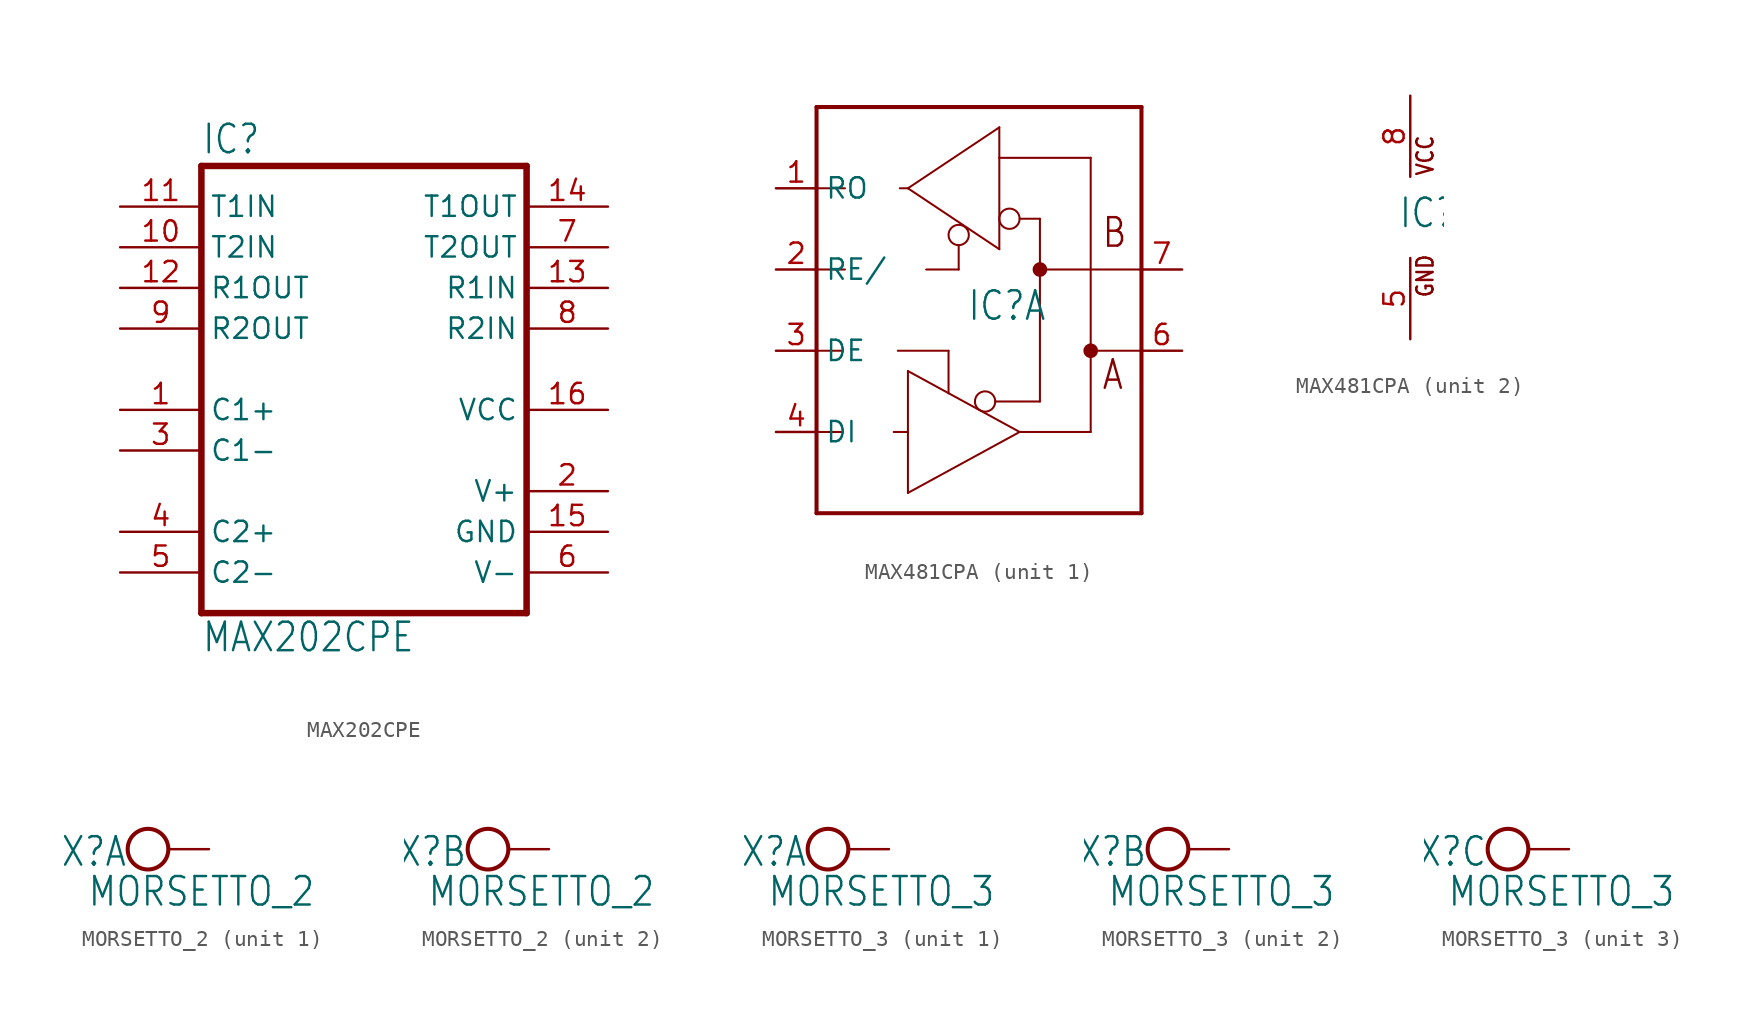
<source format=kicad_sym>
(kicad_symbol_lib
  (version 20211014)
  (generator kicad_symbol_editor)
  (symbol "MAX202CPE"
    (property "Reference" "IC"
      (at -10.16 13.335 0)
      (effects (font (size 1.778 1.511)) (justify left bottom)))
    (property "Value" "MAX202CPE"
      (at -10.16 -17.78 0)
      (effects (font (size 1.778 1.511)) (justify left bottom)))
    (property "ki_locked" ""
      (at 0 0 0)
      (effects (font (size 1.27 1.27))))
    (symbol "MAX202CPE_1_0"
      (polyline (pts (xy -10.16 12.7) (xy -10.16 -15.24)) (stroke (width 0.406) (type default) (color 0 0 0 0)) (fill (type none)))
      (polyline (pts (xy -10.16 12.7) (xy 10.16 12.7)) (stroke (width 0.406) (type default) (color 0 0 0 0)) (fill (type none)))
      (polyline (pts (xy 10.16 -15.24) (xy -10.16 -15.24)) (stroke (width 0.406) (type default) (color 0 0 0 0)) (fill (type none)))
      (polyline (pts (xy 10.16 -15.24) (xy 10.16 12.7)) (stroke (width 0.406) (type default) (color 0 0 0 0)) (fill (type none)))
      (pin passive line (at -15.24 -2.54 0) (length 5.08) (name "C1+" (effects (font (size 1.27 1.27)))) (number "1" (effects (font (size 1.27 1.27)))))
      (pin input line (at -15.24 7.62 0) (length 5.08) (name "T2IN" (effects (font (size 1.27 1.27)))) (number "10" (effects (font (size 1.27 1.27)))))
      (pin input line (at -15.24 10.16 0) (length 5.08) (name "T1IN" (effects (font (size 1.27 1.27)))) (number "11" (effects (font (size 1.27 1.27)))))
      (pin output line (at -15.24 5.08 0) (length 5.08) (name "R1OUT" (effects (font (size 1.27 1.27)))) (number "12" (effects (font (size 1.27 1.27)))))
      (pin input line (at 15.24 5.08 180) (length 5.08) (name "R1IN" (effects (font (size 1.27 1.27)))) (number "13" (effects (font (size 1.27 1.27)))))
      (pin output line (at 15.24 10.16 180) (length 5.08) (name "T1OUT" (effects (font (size 1.27 1.27)))) (number "14" (effects (font (size 1.27 1.27)))))
      (pin power_in line (at 15.24 -10.16 180) (length 5.08) (name "GND" (effects (font (size 1.27 1.27)))) (number "15" (effects (font (size 1.27 1.27)))))
      (pin power_in line (at 15.24 -2.54 180) (length 5.08) (name "VCC" (effects (font (size 1.27 1.27)))) (number "16" (effects (font (size 1.27 1.27)))))
      (pin power_in line (at 15.24 -7.62 180) (length 5.08) (name "V+" (effects (font (size 1.27 1.27)))) (number "2" (effects (font (size 1.27 1.27)))))
      (pin passive line (at -15.24 -5.08 0) (length 5.08) (name "C1-" (effects (font (size 1.27 1.27)))) (number "3" (effects (font (size 1.27 1.27)))))
      (pin passive line (at -15.24 -10.16 0) (length 5.08) (name "C2+" (effects (font (size 1.27 1.27)))) (number "4" (effects (font (size 1.27 1.27)))))
      (pin passive line (at -15.24 -12.7 0) (length 5.08) (name "C2-" (effects (font (size 1.27 1.27)))) (number "5" (effects (font (size 1.27 1.27)))))
      (pin power_in line (at 15.24 -12.7 180) (length 5.08) (name "V-" (effects (font (size 1.27 1.27)))) (number "6" (effects (font (size 1.27 1.27)))))
      (pin output line (at 15.24 7.62 180) (length 5.08) (name "T2OUT" (effects (font (size 1.27 1.27)))) (number "7" (effects (font (size 1.27 1.27)))))
      (pin input line (at 15.24 2.54 180) (length 5.08) (name "R2IN" (effects (font (size 1.27 1.27)))) (number "8" (effects (font (size 1.27 1.27)))))
      (pin output line (at -15.24 2.54 0) (length 5.08) (name "R2OUT" (effects (font (size 1.27 1.27)))) (number "9" (effects (font (size 1.27 1.27)))))))
  (symbol "MAX481CPA"
    (property "Reference" "IC"
      (at -0.762 -0.762 0)
      (effects (font (size 1.778 1.511)) (justify left bottom)))
    (property "ki_locked" ""
      (at 0 0 0)
      (effects (font (size 1.27 1.27))))
    (symbol "MAX481CPA_1_0"
      (circle (center -1.27 4.699) (radius 0.635) (stroke (width 0.127) (type default) (color 0 0 0 0)) (fill (type none)))
      (polyline (pts (xy -10.16 -12.7) (xy -10.16 -7.62)) (stroke (width 0.254) (type default) (color 0 0 0 0)) (fill (type none)))
      (polyline (pts (xy -10.16 -7.62) (xy -10.16 -2.54)) (stroke (width 0.254) (type default) (color 0 0 0 0)) (fill (type none)))
      (polyline (pts (xy -10.16 -7.62) (xy -8.509 -7.62)) (stroke (width 0.127) (type default) (color 0 0 0 0)) (fill (type none)))
      (polyline (pts (xy -10.16 -2.54) (xy -10.16 2.54)) (stroke (width 0.254) (type default) (color 0 0 0 0)) (fill (type none)))
      (polyline (pts (xy -10.16 -2.54) (xy -8.509 -2.54)) (stroke (width 0.127) (type default) (color 0 0 0 0)) (fill (type none)))
      (polyline (pts (xy -10.16 2.54) (xy -10.16 7.62)) (stroke (width 0.254) (type default) (color 0 0 0 0)) (fill (type none)))
      (polyline (pts (xy -10.16 2.54) (xy -8.382 2.54)) (stroke (width 0.127) (type default) (color 0 0 0 0)) (fill (type none)))
      (polyline (pts (xy -10.16 7.62) (xy -10.16 12.7)) (stroke (width 0.254) (type default) (color 0 0 0 0)) (fill (type none)))
      (polyline (pts (xy -10.16 7.62) (xy -8.382 7.62)) (stroke (width 0.127) (type default) (color 0 0 0 0)) (fill (type none)))
      (polyline (pts (xy -10.16 12.7) (xy 10.16 12.7)) (stroke (width 0.254) (type default) (color 0 0 0 0)) (fill (type none)))
      (polyline (pts (xy -5.334 -7.62) (xy -4.445 -7.62)) (stroke (width 0.127) (type default) (color 0 0 0 0)) (fill (type none)))
      (polyline (pts (xy -5.08 -2.54) (xy -1.905 -2.54)) (stroke (width 0.127) (type default) (color 0 0 0 0)) (fill (type none)))
      (polyline (pts (xy -4.953 7.62) (xy -4.445 7.62)) (stroke (width 0.127) (type default) (color 0 0 0 0)) (fill (type none)))
      (polyline (pts (xy -4.445 -11.43) (xy -4.445 -7.62)) (stroke (width 0.127) (type default) (color 0 0 0 0)) (fill (type none)))
      (polyline (pts (xy -4.445 -7.62) (xy -4.445 -3.81)) (stroke (width 0.127) (type default) (color 0 0 0 0)) (fill (type none)))
      (polyline (pts (xy -4.445 -3.81) (xy 2.54 -7.62)) (stroke (width 0.127) (type default) (color 0 0 0 0)) (fill (type none)))
      (polyline (pts (xy -4.445 7.62) (xy 1.27 11.43)) (stroke (width 0.127) (type default) (color 0 0 0 0)) (fill (type none)))
      (polyline (pts (xy -3.302 2.54) (xy -1.27 2.54)) (stroke (width 0.127) (type default) (color 0 0 0 0)) (fill (type none)))
      (polyline (pts (xy -1.905 -2.54) (xy -1.905 -5.207)) (stroke (width 0.127) (type default) (color 0 0 0 0)) (fill (type none)))
      (polyline (pts (xy -1.27 2.54) (xy -1.27 4.064)) (stroke (width 0.127) (type default) (color 0 0 0 0)) (fill (type none)))
      (polyline (pts (xy 1.016 -5.715) (xy 3.81 -5.715)) (stroke (width 0.127) (type default) (color 0 0 0 0)) (fill (type none)))
      (polyline (pts (xy 1.27 3.81) (xy -4.445 7.62)) (stroke (width 0.127) (type default) (color 0 0 0 0)) (fill (type none)))
      (polyline (pts (xy 1.27 9.525) (xy 1.27 3.81)) (stroke (width 0.127) (type default) (color 0 0 0 0)) (fill (type none)))
      (polyline (pts (xy 1.27 9.525) (xy 6.985 9.525)) (stroke (width 0.127) (type default) (color 0 0 0 0)) (fill (type none)))
      (polyline (pts (xy 1.27 11.43) (xy 1.27 9.525)) (stroke (width 0.127) (type default) (color 0 0 0 0)) (fill (type none)))
      (polyline (pts (xy 2.54 -7.62) (xy -4.445 -11.43)) (stroke (width 0.127) (type default) (color 0 0 0 0)) (fill (type none)))
      (polyline (pts (xy 2.54 -7.62) (xy 6.985 -7.62)) (stroke (width 0.127) (type default) (color 0 0 0 0)) (fill (type none)))
      (polyline (pts (xy 3.81 -5.715) (xy 3.81 2.54)) (stroke (width 0.127) (type default) (color 0 0 0 0)) (fill (type none)))
      (polyline (pts (xy 3.81 2.54) (xy 3.81 5.715)) (stroke (width 0.127) (type default) (color 0 0 0 0)) (fill (type none)))
      (polyline (pts (xy 3.81 5.715) (xy 2.54 5.715)) (stroke (width 0.127) (type default) (color 0 0 0 0)) (fill (type none)))
      (polyline (pts (xy 6.985 -7.62) (xy 6.985 -2.54)) (stroke (width 0.127) (type default) (color 0 0 0 0)) (fill (type none)))
      (polyline (pts (xy 6.985 -2.54) (xy 6.985 9.525)) (stroke (width 0.127) (type default) (color 0 0 0 0)) (fill (type none)))
      (polyline (pts (xy 10.16 -12.7) (xy -10.16 -12.7)) (stroke (width 0.254) (type default) (color 0 0 0 0)) (fill (type none)))
      (polyline (pts (xy 10.16 -2.54) (xy 6.985 -2.54)) (stroke (width 0.127) (type default) (color 0 0 0 0)) (fill (type none)))
      (polyline (pts (xy 10.16 -2.54) (xy 10.16 -12.7)) (stroke (width 0.254) (type default) (color 0 0 0 0)) (fill (type none)))
      (polyline (pts (xy 10.16 2.54) (xy 3.81 2.54)) (stroke (width 0.127) (type default) (color 0 0 0 0)) (fill (type none)))
      (polyline (pts (xy 10.16 2.54) (xy 10.16 -2.54)) (stroke (width 0.254) (type default) (color 0 0 0 0)) (fill (type none)))
      (polyline (pts (xy 10.16 12.7) (xy 10.16 2.54)) (stroke (width 0.254) (type default) (color 0 0 0 0)) (fill (type none)))
      (circle (center 0.381 -5.715) (radius 0.635) (stroke (width 0.127) (type default) (color 0 0 0 0)) (fill (type none)))
      (circle (center 1.905 5.715) (radius 0.635) (stroke (width 0.127) (type default) (color 0 0 0 0)) (fill (type none)))
      (circle (center 3.81 2.54) (radius 0.254) (stroke (width 0.406) (type default) (color 0 0 0 0)) (fill (type none)))
      (circle (center 6.985 -2.54) (radius 0.254) (stroke (width 0.406) (type default) (color 0 0 0 0)) (fill (type none)))
      (text "A" (at 7.62 -5.08 0) (effects (font (size 1.778 1.511)) (justify left bottom)))
      (text "B" (at 7.62 3.81 0) (effects (font (size 1.778 1.511)) (justify left bottom)))
      (pin output line (at -12.7 7.62 0) (length 2.54) (name "RO" (effects (font (size 1.27 1.27)))) (number "1" (effects (font (size 1.27 1.27)))))
      (pin input line (at -12.7 2.54 0) (length 2.54) (name "RE/" (effects (font (size 1.27 1.27)))) (number "2" (effects (font (size 1.27 1.27)))))
      (pin input line (at -12.7 -2.54 0) (length 2.54) (name "DE" (effects (font (size 1.27 1.27)))) (number "3" (effects (font (size 1.27 1.27)))))
      (pin input line (at -12.7 -7.62 0) (length 2.54) (name "DI" (effects (font (size 1.27 1.27)))) (number "4" (effects (font (size 1.27 1.27)))))
      (pin passive line (at 12.7 -2.54 180) (length 2.54) (name "A" (effects (font (size 0 0)))) (number "6" (effects (font (size 1.27 1.27)))))
      (pin passive line (at 12.7 2.54 180) (length 2.54) (name "B" (effects (font (size 0 0)))) (number "7" (effects (font (size 1.27 1.27))))))
    (symbol "MAX481CPA_2_0"
      (text "GND" (at 1.524 -5.08 900) (effects (font (size 1.016 0.864)) (justify left bottom)))
      (text "VCC" (at 1.524 2.54 900) (effects (font (size 1.016 0.864)) (justify left bottom)))
      (pin power_in line (at 0 -7.62 90) (length 5.08) (name "GND" (effects (font (size 0 0)))) (number "5" (effects (font (size 1.27 1.27)))))
      (pin power_in line (at 0 7.62 270) (length 5.08) (name "VCC" (effects (font (size 0 0)))) (number "8" (effects (font (size 1.27 1.27)))))))
  (symbol "MORSETTO_2"
    (property "Reference" "X"
      (at 0 0.889 0)
      (effects (font (size 1.778 1.511)) (justify right top)))
    (property "Value" "MORSETTO_2"
      (at -2.54 -3.683 0)
      (effects (font (size 1.778 1.511)) (justify left bottom)))
    (property "ki_locked" ""
      (at 0 0 0)
      (effects (font (size 1.27 1.27))))
    (symbol "MORSETTO_2_1_0"
      (circle (center 1.27 0) (radius 1.27) (stroke (width 0.254) (type default) (color 0 0 0 0)) (fill (type none)))
      (pin passive line (at 5.08 0 180) (length 2.54) (name "KL" (effects (font (size 0 0)))) (number "1" (effects (font (size 0 0))))))
    (symbol "MORSETTO_2_2_0"
      (circle (center 1.27 0) (radius 1.27) (stroke (width 0.254) (type default) (color 0 0 0 0)) (fill (type none)))
      (pin passive line (at 5.08 0 180) (length 2.54) (name "KL" (effects (font (size 0 0)))) (number "2" (effects (font (size 0 0)))))))
  (symbol "MORSETTO_3"
    (property "Reference" "X"
      (at 0 0.889 0)
      (effects (font (size 1.778 1.511)) (justify right top)))
    (property "Value" "MORSETTO_3"
      (at -2.54 -3.683 0)
      (effects (font (size 1.778 1.511)) (justify left bottom)))
    (property "ki_locked" ""
      (at 0 0 0)
      (effects (font (size 1.27 1.27))))
    (symbol "MORSETTO_3_1_0"
      (circle (center 1.27 0) (radius 1.27) (stroke (width 0.254) (type default) (color 0 0 0 0)) (fill (type none)))
      (pin passive line (at 5.08 0 180) (length 2.54) (name "KL" (effects (font (size 0 0)))) (number "1" (effects (font (size 0 0))))))
    (symbol "MORSETTO_3_2_0"
      (circle (center 1.27 0) (radius 1.27) (stroke (width 0.254) (type default) (color 0 0 0 0)) (fill (type none)))
      (pin passive line (at 5.08 0 180) (length 2.54) (name "KL" (effects (font (size 0 0)))) (number "2" (effects (font (size 0 0))))))
    (symbol "MORSETTO_3_3_0"
      (circle (center 1.27 0) (radius 1.27) (stroke (width 0.254) (type default) (color 0 0 0 0)) (fill (type none)))
      (pin passive line (at 5.08 0 180) (length 2.54) (name "KL" (effects (font (size 0 0)))) (number "3" (effects (font (size 0 0))))))))
</source>
